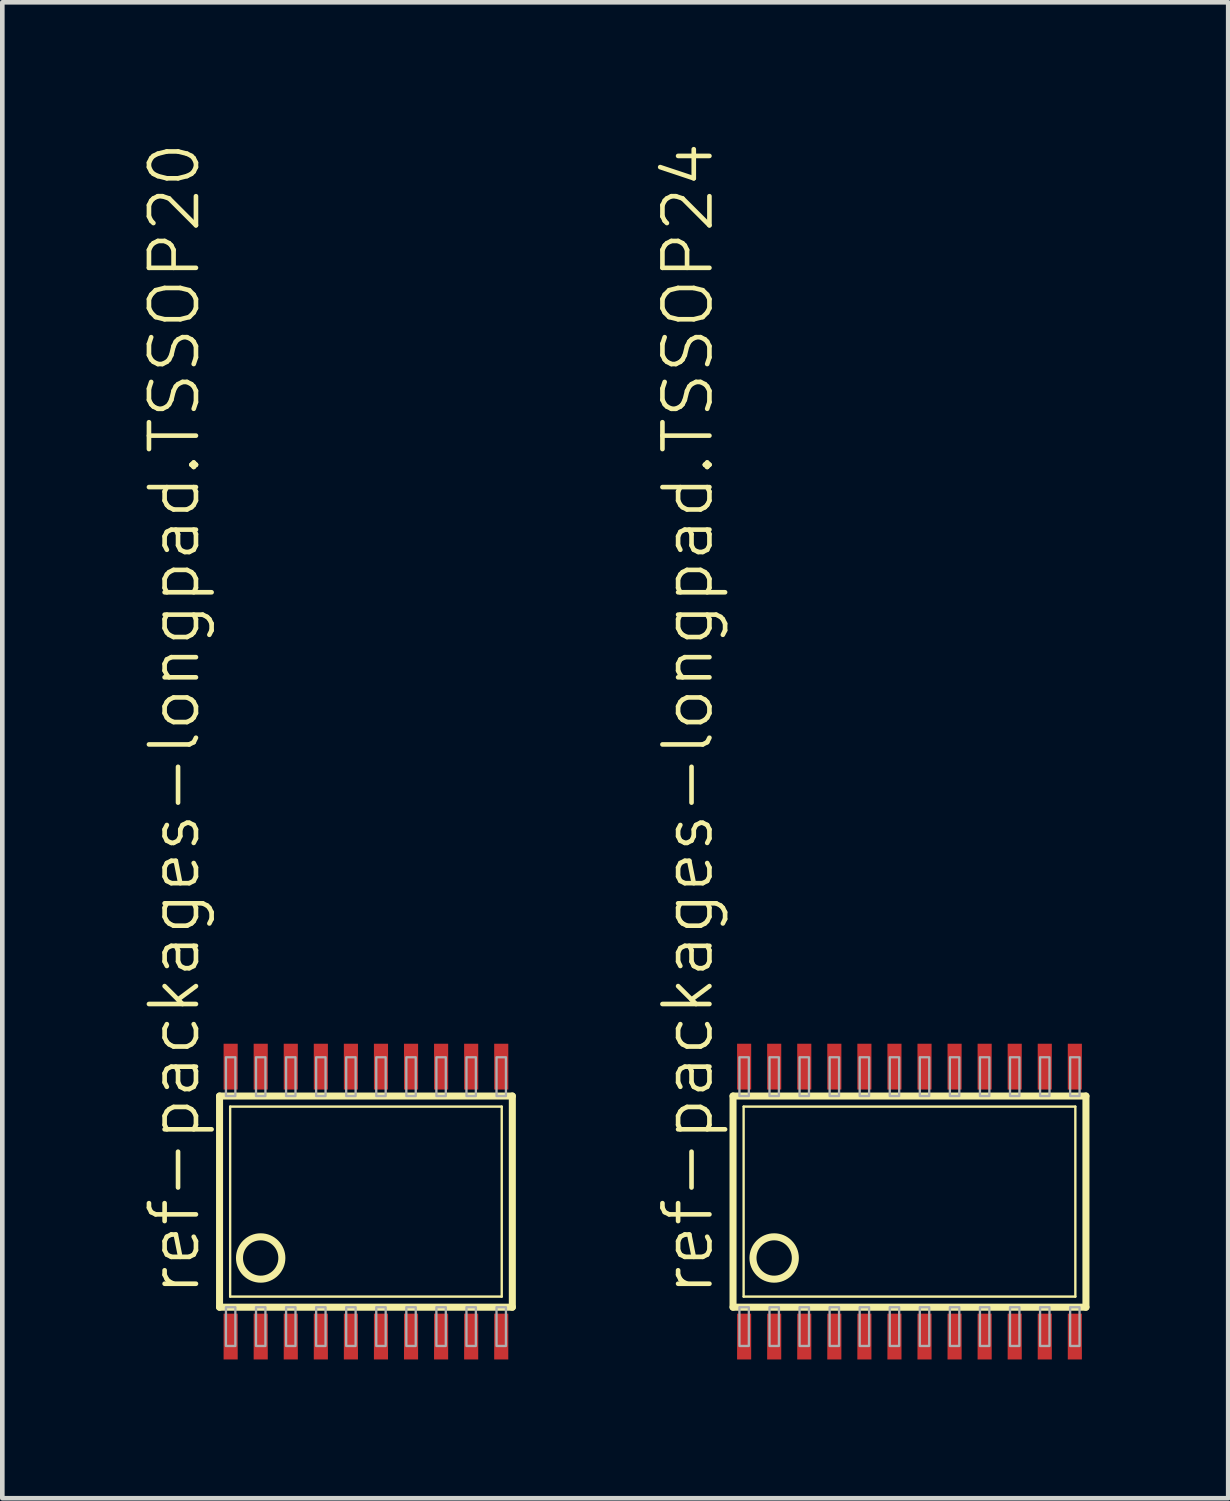
<source format=kicad_pcb>
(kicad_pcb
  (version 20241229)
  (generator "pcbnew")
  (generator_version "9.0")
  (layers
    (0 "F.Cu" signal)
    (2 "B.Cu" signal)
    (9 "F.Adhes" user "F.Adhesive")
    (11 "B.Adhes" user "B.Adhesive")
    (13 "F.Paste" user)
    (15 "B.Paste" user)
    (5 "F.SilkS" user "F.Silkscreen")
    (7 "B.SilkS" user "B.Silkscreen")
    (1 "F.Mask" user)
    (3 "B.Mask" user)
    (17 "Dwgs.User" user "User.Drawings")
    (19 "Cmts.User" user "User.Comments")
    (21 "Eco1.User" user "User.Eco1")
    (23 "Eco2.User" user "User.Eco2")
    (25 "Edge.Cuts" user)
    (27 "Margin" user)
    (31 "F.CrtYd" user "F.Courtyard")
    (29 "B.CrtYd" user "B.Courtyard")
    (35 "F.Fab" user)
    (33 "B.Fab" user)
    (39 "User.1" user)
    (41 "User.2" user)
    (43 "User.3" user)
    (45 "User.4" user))
  (footprint "ref-packages-longpad.TSSOP24"
    (layer "F.Cu")
    (at 16.614 22.93)
    (property "Reference" "ref-packages-longpad.TSSOP24" (at -4.196 2.083 90) (layer "F.SilkS") (effects (font (size 1.016 1.016) (thickness 0.1)) (justify left bottom)))
    (attr smd)
    (fp_line (start -3.815 2.283) (end -3.815 -2.283) (stroke (width 0.152) (type default)) (layer "F.SilkS"))
    (fp_line (start -3.815 2.283) (end 3.815 2.283) (stroke (width 0.152) (type default)) (layer "F.SilkS"))
    (fp_line (start -3.586 2.054) (end -3.586 -2.054) (stroke (width 0.051) (type default)) (layer "F.SilkS"))
    (fp_line (start -3.586 2.054) (end 3.586 2.054) (stroke (width 0.051) (type default)) (layer "F.SilkS"))
    (fp_line (start 3.586 -2.054) (end -3.586 -2.054) (stroke (width 0.051) (type default)) (layer "F.SilkS"))
    (fp_line (start 3.586 -2.054) (end 3.586 2.054) (stroke (width 0.051) (type default)) (layer "F.SilkS"))
    (fp_line (start 3.815 -2.283) (end -3.815 -2.283) (stroke (width 0.152) (type default)) (layer "F.SilkS"))
    (fp_line (start 3.815 -2.283) (end 3.815 2.283) (stroke (width 0.152) (type default)) (layer "F.SilkS"))
    (fp_circle (center -2.926 1.219) (end -2.468 1.219) (stroke (width 0.152) (type default)) (fill no) (layer "F.SilkS"))
    (fp_rect (start -3.677 -2.283) (end -3.473 -3.121) (stroke (width 0.05) (type default)) (fill no) (layer "F.Fab"))
    (fp_rect (start -3.677 3.121) (end -3.473 2.283) (stroke (width 0.05) (type default)) (fill no) (layer "F.Fab"))
    (fp_rect (start -3.027 -2.283) (end -2.823 -3.121) (stroke (width 0.05) (type default)) (fill no) (layer "F.Fab"))
    (fp_rect (start -3.027 3.121) (end -2.823 2.283) (stroke (width 0.05) (type default)) (fill no) (layer "F.Fab"))
    (fp_rect (start -2.377 -2.283) (end -2.173 -3.121) (stroke (width 0.05) (type default)) (fill no) (layer "F.Fab"))
    (fp_rect (start -2.377 3.121) (end -2.173 2.283) (stroke (width 0.05) (type default)) (fill no) (layer "F.Fab"))
    (fp_rect (start -1.727 -2.283) (end -1.523 -3.121) (stroke (width 0.05) (type default)) (fill no) (layer "F.Fab"))
    (fp_rect (start -1.727 3.121) (end -1.523 2.283) (stroke (width 0.05) (type default)) (fill no) (layer "F.Fab"))
    (fp_rect (start -1.077 -2.283) (end -0.873 -3.121) (stroke (width 0.05) (type default)) (fill no) (layer "F.Fab"))
    (fp_rect (start -1.077 3.121) (end -0.873 2.283) (stroke (width 0.05) (type default)) (fill no) (layer "F.Fab"))
    (fp_rect (start -0.427 -2.283) (end -0.223 -3.121) (stroke (width 0.05) (type default)) (fill no) (layer "F.Fab"))
    (fp_rect (start -0.427 3.121) (end -0.223 2.283) (stroke (width 0.05) (type default)) (fill no) (layer "F.Fab"))
    (fp_rect (start 0.223 -2.283) (end 0.427 -3.121) (stroke (width 0.05) (type default)) (fill no) (layer "F.Fab"))
    (fp_rect (start 0.223 3.121) (end 0.427 2.283) (stroke (width 0.05) (type default)) (fill no) (layer "F.Fab"))
    (fp_rect (start 0.873 -2.283) (end 1.077 -3.121) (stroke (width 0.05) (type default)) (fill no) (layer "F.Fab"))
    (fp_rect (start 0.873 3.121) (end 1.077 2.283) (stroke (width 0.05) (type default)) (fill no) (layer "F.Fab"))
    (fp_rect (start 1.523 -2.283) (end 1.727 -3.121) (stroke (width 0.05) (type default)) (fill no) (layer "F.Fab"))
    (fp_rect (start 1.523 3.121) (end 1.727 2.283) (stroke (width 0.05) (type default)) (fill no) (layer "F.Fab"))
    (fp_rect (start 2.173 -2.283) (end 2.377 -3.121) (stroke (width 0.05) (type default)) (fill no) (layer "F.Fab"))
    (fp_rect (start 2.173 3.121) (end 2.377 2.283) (stroke (width 0.05) (type default)) (fill no) (layer "F.Fab"))
    (fp_rect (start 2.823 -2.283) (end 3.027 -3.121) (stroke (width 0.05) (type default)) (fill no) (layer "F.Fab"))
    (fp_rect (start 2.823 3.121) (end 3.027 2.283) (stroke (width 0.05) (type default)) (fill no) (layer "F.Fab"))
    (fp_rect (start 3.473 -2.283) (end 3.677 -3.121) (stroke (width 0.05) (type default)) (fill no) (layer "F.Fab"))
    (fp_rect (start 3.473 3.121) (end 3.677 2.283) (stroke (width 0.05) (type default)) (fill no) (layer "F.Fab"))
    (pad "1" smd roundrect (at -3.575 2.918) (size 0.305 0.991) (layers "F.Cu" "F.Mask" "F.Paste") (roundrect_rratio 0.01))
    (pad "2" smd roundrect (at -2.925 2.918) (size 0.305 0.991) (layers "F.Cu" "F.Mask" "F.Paste") (roundrect_rratio 0.01))
    (pad "3" smd roundrect (at -2.275 2.918) (size 0.305 0.991) (layers "F.Cu" "F.Mask" "F.Paste") (roundrect_rratio 0.01))
    (pad "4" smd roundrect (at -1.625 2.918) (size 0.305 0.991) (layers "F.Cu" "F.Mask" "F.Paste") (roundrect_rratio 0.01))
    (pad "5" smd roundrect (at -0.975 2.918) (size 0.305 0.991) (layers "F.Cu" "F.Mask" "F.Paste") (roundrect_rratio 0.01))
    (pad "6" smd roundrect (at -0.325 2.918) (size 0.305 0.991) (layers "F.Cu" "F.Mask" "F.Paste") (roundrect_rratio 0.01))
    (pad "7" smd roundrect (at 0.325 2.918) (size 0.305 0.991) (layers "F.Cu" "F.Mask" "F.Paste") (roundrect_rratio 0.01))
    (pad "8" smd roundrect (at 0.975 2.918) (size 0.305 0.991) (layers "F.Cu" "F.Mask" "F.Paste") (roundrect_rratio 0.01))
    (pad "9" smd roundrect (at 1.625 2.918) (size 0.305 0.991) (layers "F.Cu" "F.Mask" "F.Paste") (roundrect_rratio 0.01))
    (pad "10" smd roundrect (at 2.275 2.918) (size 0.305 0.991) (layers "F.Cu" "F.Mask" "F.Paste") (roundrect_rratio 0.01))
    (pad "11" smd roundrect (at 2.925 2.918) (size 0.305 0.991) (layers "F.Cu" "F.Mask" "F.Paste") (roundrect_rratio 0.01))
    (pad "12" smd roundrect (at 3.575 2.918) (size 0.305 0.991) (layers "F.Cu" "F.Mask" "F.Paste") (roundrect_rratio 0.01))
    (pad "13" smd roundrect (at 3.575 -2.918) (size 0.305 0.991) (layers "F.Cu" "F.Mask" "F.Paste") (roundrect_rratio 0.01))
    (pad "14" smd roundrect (at 2.925 -2.918) (size 0.305 0.991) (layers "F.Cu" "F.Mask" "F.Paste") (roundrect_rratio 0.01))
    (pad "15" smd roundrect (at 2.275 -2.918) (size 0.305 0.991) (layers "F.Cu" "F.Mask" "F.Paste") (roundrect_rratio 0.01))
    (pad "16" smd roundrect (at 1.625 -2.918) (size 0.305 0.991) (layers "F.Cu" "F.Mask" "F.Paste") (roundrect_rratio 0.01))
    (pad "17" smd roundrect (at 0.975 -2.918) (size 0.305 0.991) (layers "F.Cu" "F.Mask" "F.Paste") (roundrect_rratio 0.01))
    (pad "18" smd roundrect (at 0.325 -2.918) (size 0.305 0.991) (layers "F.Cu" "F.Mask" "F.Paste") (roundrect_rratio 0.01))
    (pad "19" smd roundrect (at -0.325 -2.918) (size 0.305 0.991) (layers "F.Cu" "F.Mask" "F.Paste") (roundrect_rratio 0.01))
    (pad "20" smd roundrect (at -0.975 -2.918) (size 0.305 0.991) (layers "F.Cu" "F.Mask" "F.Paste") (roundrect_rratio 0.01))
    (pad "21" smd roundrect (at -1.625 -2.918) (size 0.305 0.991) (layers "F.Cu" "F.Mask" "F.Paste") (roundrect_rratio 0.01))
    (pad "22" smd roundrect (at -2.275 -2.918) (size 0.305 0.991) (layers "F.Cu" "F.Mask" "F.Paste") (roundrect_rratio 0.01))
    (pad "23" smd roundrect (at -2.925 -2.918) (size 0.305 0.991) (layers "F.Cu" "F.Mask" "F.Paste") (roundrect_rratio 0.01))
    (pad "24" smd roundrect (at -3.575 -2.918) (size 0.305 0.991) (layers "F.Cu" "F.Mask" "F.Paste") (roundrect_rratio 0.01)))
  (footprint "ref-packages-longpad.TSSOP20"
    (layer "F.Cu")
    (at 4.862 22.93)
    (property "Reference" "ref-packages-longpad.TSSOP20" (at -3.546 2.083 90) (layer "F.SilkS") (effects (font (size 1.016 1.016) (thickness 0.1)) (justify left bottom)))
    (attr smd)
    (fp_line (start -3.165 2.283) (end -3.165 -2.283) (stroke (width 0.152) (type default)) (layer "F.SilkS"))
    (fp_line (start -3.165 2.283) (end 3.165 2.283) (stroke (width 0.152) (type default)) (layer "F.SilkS"))
    (fp_line (start -2.936 2.054) (end -2.936 -2.054) (stroke (width 0.051) (type default)) (layer "F.SilkS"))
    (fp_line (start -2.936 2.054) (end 2.936 2.054) (stroke (width 0.051) (type default)) (layer "F.SilkS"))
    (fp_line (start 2.936 -2.054) (end -2.936 -2.054) (stroke (width 0.051) (type default)) (layer "F.SilkS"))
    (fp_line (start 2.936 -2.054) (end 2.936 2.054) (stroke (width 0.051) (type default)) (layer "F.SilkS"))
    (fp_line (start 3.165 -2.283) (end -3.165 -2.283) (stroke (width 0.152) (type default)) (layer "F.SilkS"))
    (fp_line (start 3.165 -2.283) (end 3.165 2.283) (stroke (width 0.152) (type default)) (layer "F.SilkS"))
    (fp_circle (center -2.276 1.219) (end -1.818 1.219) (stroke (width 0.152) (type default)) (fill no) (layer "F.SilkS"))
    (fp_rect (start -3.027 -2.283) (end -2.823 -3.121) (stroke (width 0.05) (type default)) (fill no) (layer "F.Fab"))
    (fp_rect (start -3.027 3.121) (end -2.823 2.283) (stroke (width 0.05) (type default)) (fill no) (layer "F.Fab"))
    (fp_rect (start -2.377 -2.283) (end -2.173 -3.121) (stroke (width 0.05) (type default)) (fill no) (layer "F.Fab"))
    (fp_rect (start -2.377 3.121) (end -2.173 2.283) (stroke (width 0.05) (type default)) (fill no) (layer "F.Fab"))
    (fp_rect (start -1.727 -2.283) (end -1.523 -3.121) (stroke (width 0.05) (type default)) (fill no) (layer "F.Fab"))
    (fp_rect (start -1.727 3.121) (end -1.523 2.283) (stroke (width 0.05) (type default)) (fill no) (layer "F.Fab"))
    (fp_rect (start -1.077 -2.283) (end -0.873 -3.121) (stroke (width 0.05) (type default)) (fill no) (layer "F.Fab"))
    (fp_rect (start -1.077 3.121) (end -0.873 2.283) (stroke (width 0.05) (type default)) (fill no) (layer "F.Fab"))
    (fp_rect (start -0.427 -2.283) (end -0.223 -3.121) (stroke (width 0.05) (type default)) (fill no) (layer "F.Fab"))
    (fp_rect (start -0.427 3.121) (end -0.223 2.283) (stroke (width 0.05) (type default)) (fill no) (layer "F.Fab"))
    (fp_rect (start 0.223 -2.283) (end 0.427 -3.121) (stroke (width 0.05) (type default)) (fill no) (layer "F.Fab"))
    (fp_rect (start 0.223 3.121) (end 0.427 2.283) (stroke (width 0.05) (type default)) (fill no) (layer "F.Fab"))
    (fp_rect (start 0.873 -2.283) (end 1.077 -3.121) (stroke (width 0.05) (type default)) (fill no) (layer "F.Fab"))
    (fp_rect (start 0.873 3.121) (end 1.077 2.283) (stroke (width 0.05) (type default)) (fill no) (layer "F.Fab"))
    (fp_rect (start 1.523 -2.283) (end 1.727 -3.121) (stroke (width 0.05) (type default)) (fill no) (layer "F.Fab"))
    (fp_rect (start 1.523 3.121) (end 1.727 2.283) (stroke (width 0.05) (type default)) (fill no) (layer "F.Fab"))
    (fp_rect (start 2.173 -2.283) (end 2.377 -3.121) (stroke (width 0.05) (type default)) (fill no) (layer "F.Fab"))
    (fp_rect (start 2.173 3.121) (end 2.377 2.283) (stroke (width 0.05) (type default)) (fill no) (layer "F.Fab"))
    (fp_rect (start 2.823 -2.283) (end 3.027 -3.121) (stroke (width 0.05) (type default)) (fill no) (layer "F.Fab"))
    (fp_rect (start 2.823 3.121) (end 3.027 2.283) (stroke (width 0.05) (type default)) (fill no) (layer "F.Fab"))
    (pad "1" smd roundrect (at -2.925 2.918) (size 0.305 0.991) (layers "F.Cu" "F.Mask" "F.Paste") (roundrect_rratio 0.01))
    (pad "2" smd roundrect (at -2.275 2.918) (size 0.305 0.991) (layers "F.Cu" "F.Mask" "F.Paste") (roundrect_rratio 0.01))
    (pad "3" smd roundrect (at -1.625 2.918) (size 0.305 0.991) (layers "F.Cu" "F.Mask" "F.Paste") (roundrect_rratio 0.01))
    (pad "4" smd roundrect (at -0.975 2.918) (size 0.305 0.991) (layers "F.Cu" "F.Mask" "F.Paste") (roundrect_rratio 0.01))
    (pad "5" smd roundrect (at -0.325 2.918) (size 0.305 0.991) (layers "F.Cu" "F.Mask" "F.Paste") (roundrect_rratio 0.01))
    (pad "6" smd roundrect (at 0.325 2.918) (size 0.305 0.991) (layers "F.Cu" "F.Mask" "F.Paste") (roundrect_rratio 0.01))
    (pad "7" smd roundrect (at 0.975 2.918) (size 0.305 0.991) (layers "F.Cu" "F.Mask" "F.Paste") (roundrect_rratio 0.01))
    (pad "8" smd roundrect (at 1.625 2.918) (size 0.305 0.991) (layers "F.Cu" "F.Mask" "F.Paste") (roundrect_rratio 0.01))
    (pad "9" smd roundrect (at 2.275 2.918) (size 0.305 0.991) (layers "F.Cu" "F.Mask" "F.Paste") (roundrect_rratio 0.01))
    (pad "10" smd roundrect (at 2.925 2.918) (size 0.305 0.991) (layers "F.Cu" "F.Mask" "F.Paste") (roundrect_rratio 0.01))
    (pad "11" smd roundrect (at 2.925 -2.918) (size 0.305 0.991) (layers "F.Cu" "F.Mask" "F.Paste") (roundrect_rratio 0.01))
    (pad "12" smd roundrect (at 2.275 -2.918) (size 0.305 0.991) (layers "F.Cu" "F.Mask" "F.Paste") (roundrect_rratio 0.01))
    (pad "13" smd roundrect (at 1.625 -2.918) (size 0.305 0.991) (layers "F.Cu" "F.Mask" "F.Paste") (roundrect_rratio 0.01))
    (pad "14" smd roundrect (at 0.975 -2.918) (size 0.305 0.991) (layers "F.Cu" "F.Mask" "F.Paste") (roundrect_rratio 0.01))
    (pad "15" smd roundrect (at 0.325 -2.918) (size 0.305 0.991) (layers "F.Cu" "F.Mask" "F.Paste") (roundrect_rratio 0.01))
    (pad "16" smd roundrect (at -0.325 -2.918) (size 0.305 0.991) (layers "F.Cu" "F.Mask" "F.Paste") (roundrect_rratio 0.01))
    (pad "17" smd roundrect (at -0.975 -2.918) (size 0.305 0.991) (layers "F.Cu" "F.Mask" "F.Paste") (roundrect_rratio 0.01))
    (pad "18" smd roundrect (at -1.625 -2.918) (size 0.305 0.991) (layers "F.Cu" "F.Mask" "F.Paste") (roundrect_rratio 0.01))
    (pad "19" smd roundrect (at -2.275 -2.918) (size 0.305 0.991) (layers "F.Cu" "F.Mask" "F.Paste") (roundrect_rratio 0.01))
    (pad "20" smd roundrect (at -2.925 -2.918) (size 0.305 0.991) (layers "F.Cu" "F.Mask" "F.Paste") (roundrect_rratio 0.01)))
  (gr_rect
    (start -3 -3)
    (end 23.505 29.343)
    (stroke (width 0.1) (type default))
    (fill no)
    (layer "Edge.Cuts")))
</source>
